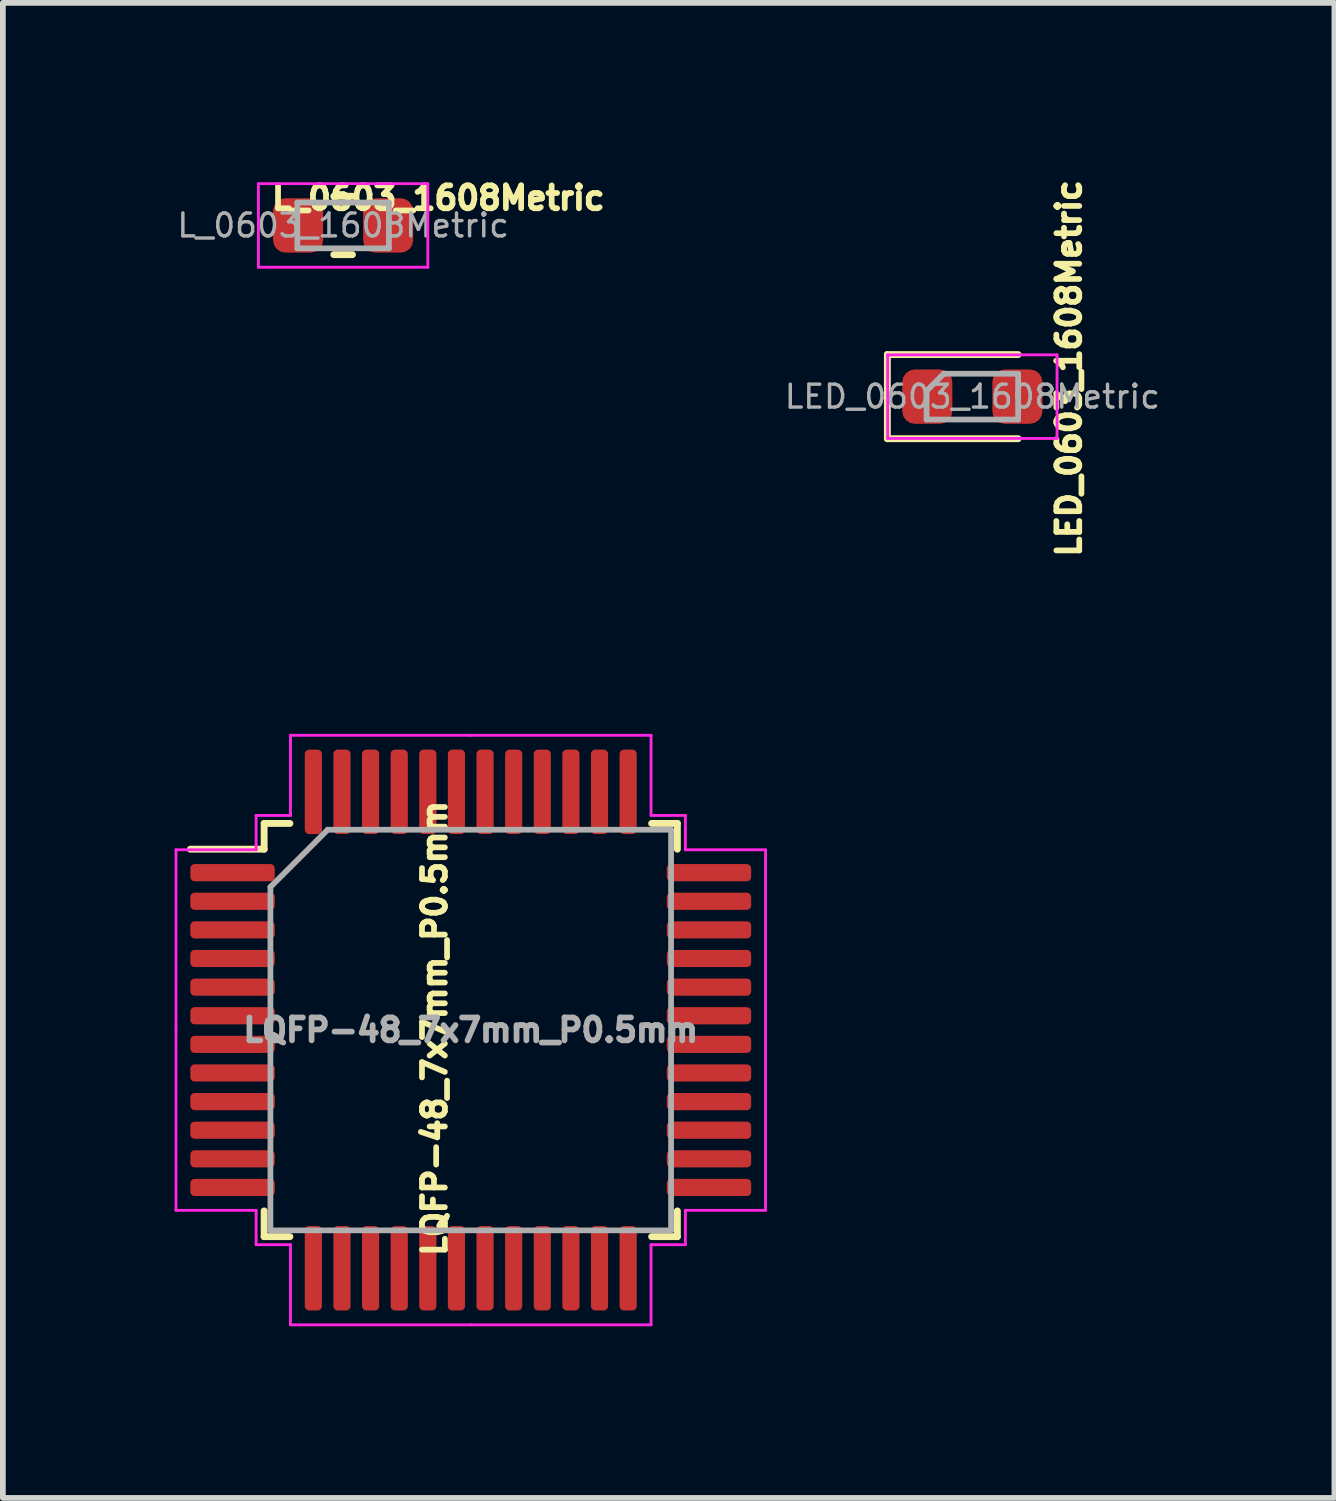
<source format=kicad_pcb>
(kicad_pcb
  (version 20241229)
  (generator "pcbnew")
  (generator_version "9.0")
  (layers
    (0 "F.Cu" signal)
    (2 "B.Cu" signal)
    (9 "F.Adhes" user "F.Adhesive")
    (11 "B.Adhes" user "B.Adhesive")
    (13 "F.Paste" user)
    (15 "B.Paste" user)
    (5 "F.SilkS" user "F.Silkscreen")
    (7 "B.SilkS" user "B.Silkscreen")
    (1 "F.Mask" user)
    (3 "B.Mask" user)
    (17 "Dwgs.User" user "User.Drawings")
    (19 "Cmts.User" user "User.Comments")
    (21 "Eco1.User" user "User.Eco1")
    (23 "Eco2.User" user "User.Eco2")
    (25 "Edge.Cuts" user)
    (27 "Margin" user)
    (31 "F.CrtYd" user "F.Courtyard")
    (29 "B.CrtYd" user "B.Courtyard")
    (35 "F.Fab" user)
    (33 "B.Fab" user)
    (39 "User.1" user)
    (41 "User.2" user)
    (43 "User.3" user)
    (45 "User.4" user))
  (footprint "L_0603_1608Metric"
    (layer "F.Cu")
    (at 2.945 0.889)
    (property "Reference" "L_0603_1608Metric" (at 1.663 -0.48 180) (layer "F.SilkS") (effects (font (size 0.4 0.4) (thickness 0.15))))
    (attr smd)
    (fp_line (start -0.163 -0.51) (end 0.163 -0.51) (stroke (width 0.12) (type solid)) (layer "F.SilkS"))
    (fp_line (start -0.163 0.51) (end 0.163 0.51) (stroke (width 0.12) (type solid)) (layer "F.SilkS"))
    (fp_line (start -1.48 -0.73) (end 1.48 -0.73) (stroke (width 0.05) (type solid)) (layer "F.CrtYd"))
    (fp_line (start -1.48 0.73) (end -1.48 -0.73) (stroke (width 0.05) (type solid)) (layer "F.CrtYd"))
    (fp_line (start 1.48 -0.73) (end 1.48 0.73) (stroke (width 0.05) (type solid)) (layer "F.CrtYd"))
    (fp_line (start 1.48 0.73) (end -1.48 0.73) (stroke (width 0.05) (type solid)) (layer "F.CrtYd"))
    (fp_line (start -0.8 -0.4) (end 0.8 -0.4) (stroke (width 0.1) (type solid)) (layer "F.Fab"))
    (fp_line (start -0.8 0.4) (end -0.8 -0.4) (stroke (width 0.1) (type solid)) (layer "F.Fab"))
    (fp_line (start 0.8 -0.4) (end 0.8 0.4) (stroke (width 0.1) (type solid)) (layer "F.Fab"))
    (fp_line (start 0.8 0.4) (end -0.8 0.4) (stroke (width 0.1) (type solid)) (layer "F.Fab"))
    (fp_text user "${REFERENCE}" (at 0 0 180) (layer "F.Fab") (effects (font (size 0.4 0.4) (thickness 0.06))))
    (pad "1" smd roundrect (at -0.787 0) (size 0.875 0.95) (layers "F.Cu" "F.Mask" "F.Paste") (roundrect_rratio 0.25))
    (pad "2" smd roundrect (at 0.787 0) (size 0.875 0.95) (layers "F.Cu" "F.Mask" "F.Paste") (roundrect_rratio 0.25)))
  (footprint "LED_0603_1608Metric"
    (layer "F.Cu")
    (at 13.939 3.88)
    (property "Reference" "LED_0603_1608Metric" (at 1.688 -0.494 90) (layer "F.SilkS") (effects (font (size 0.4 0.4) (thickness 0.15))))
    (attr smd)
    (fp_line (start -1.485 -0.735) (end -1.485 0.735) (stroke (width 0.12) (type solid)) (layer "F.SilkS"))
    (fp_line (start -1.485 0.735) (end 0.8 0.735) (stroke (width 0.12) (type solid)) (layer "F.SilkS"))
    (fp_line (start 0.8 -0.735) (end -1.485 -0.735) (stroke (width 0.12) (type solid)) (layer "F.SilkS"))
    (fp_line (start -1.48 -0.73) (end 1.48 -0.73) (stroke (width 0.05) (type solid)) (layer "F.CrtYd"))
    (fp_line (start -1.48 0.73) (end -1.48 -0.73) (stroke (width 0.05) (type solid)) (layer "F.CrtYd"))
    (fp_line (start 1.48 -0.73) (end 1.48 0.73) (stroke (width 0.05) (type solid)) (layer "F.CrtYd"))
    (fp_line (start 1.48 0.73) (end -1.48 0.73) (stroke (width 0.05) (type solid)) (layer "F.CrtYd"))
    (fp_line (start -0.8 -0.1) (end -0.8 0.4) (stroke (width 0.1) (type solid)) (layer "F.Fab"))
    (fp_line (start -0.8 0.4) (end 0.8 0.4) (stroke (width 0.1) (type solid)) (layer "F.Fab"))
    (fp_line (start -0.5 -0.4) (end -0.8 -0.1) (stroke (width 0.1) (type solid)) (layer "F.Fab"))
    (fp_line (start 0.8 -0.4) (end -0.5 -0.4) (stroke (width 0.1) (type solid)) (layer "F.Fab"))
    (fp_line (start 0.8 0.4) (end 0.8 -0.4) (stroke (width 0.1) (type solid)) (layer "F.Fab"))
    (fp_text user "${REFERENCE}" (at 0 0 0) (layer "F.Fab") (effects (font (size 0.4 0.4) (thickness 0.06))))
    (pad "1" smd roundrect (at -0.787 0) (size 0.875 0.95) (layers "F.Cu" "F.Mask" "F.Paste") (roundrect_rratio 0.25))
    (pad "2" smd roundrect (at 0.787 0) (size 0.875 0.95) (layers "F.Cu" "F.Mask" "F.Paste") (roundrect_rratio 0.25)))
  (footprint "LQFP-48_7x7mm_P0.5mm"
    (layer "F.Cu")
    (at 5.175 14.947)
    (property "Reference" "LQFP-48_7x7mm_P0.5mm" (at -0.632 -0.03 270) (layer "F.SilkS") (effects (font (size 0.4 0.4) (thickness 0.15))))
    (attr smd)
    (fp_line (start -3.61 -3.61) (end -3.61 -3.16) (stroke (width 0.12) (type solid)) (layer "F.SilkS"))
    (fp_line (start -3.61 -3.16) (end -4.9 -3.16) (stroke (width 0.12) (type solid)) (layer "F.SilkS"))
    (fp_line (start -3.61 3.61) (end -3.61 3.16) (stroke (width 0.12) (type solid)) (layer "F.SilkS"))
    (fp_line (start -3.16 -3.61) (end -3.61 -3.61) (stroke (width 0.12) (type solid)) (layer "F.SilkS"))
    (fp_line (start -3.16 3.61) (end -3.61 3.61) (stroke (width 0.12) (type solid)) (layer "F.SilkS"))
    (fp_line (start 3.16 -3.61) (end 3.61 -3.61) (stroke (width 0.12) (type solid)) (layer "F.SilkS"))
    (fp_line (start 3.16 3.61) (end 3.61 3.61) (stroke (width 0.12) (type solid)) (layer "F.SilkS"))
    (fp_line (start 3.61 -3.61) (end 3.61 -3.16) (stroke (width 0.12) (type solid)) (layer "F.SilkS"))
    (fp_line (start 3.61 3.61) (end 3.61 3.16) (stroke (width 0.12) (type solid)) (layer "F.SilkS"))
    (fp_line (start -5.15 -3.15) (end -5.15 0) (stroke (width 0.05) (type solid)) (layer "F.CrtYd"))
    (fp_line (start -5.15 3.15) (end -5.15 0) (stroke (width 0.05) (type solid)) (layer "F.CrtYd"))
    (fp_line (start -3.75 -3.75) (end -3.75 -3.15) (stroke (width 0.05) (type solid)) (layer "F.CrtYd"))
    (fp_line (start -3.75 -3.15) (end -5.15 -3.15) (stroke (width 0.05) (type solid)) (layer "F.CrtYd"))
    (fp_line (start -3.75 3.15) (end -5.15 3.15) (stroke (width 0.05) (type solid)) (layer "F.CrtYd"))
    (fp_line (start -3.75 3.75) (end -3.75 3.15) (stroke (width 0.05) (type solid)) (layer "F.CrtYd"))
    (fp_line (start -3.15 -5.15) (end -3.15 -3.75) (stroke (width 0.05) (type solid)) (layer "F.CrtYd"))
    (fp_line (start -3.15 -3.75) (end -3.75 -3.75) (stroke (width 0.05) (type solid)) (layer "F.CrtYd"))
    (fp_line (start -3.15 3.75) (end -3.75 3.75) (stroke (width 0.05) (type solid)) (layer "F.CrtYd"))
    (fp_line (start -3.15 5.15) (end -3.15 3.75) (stroke (width 0.05) (type solid)) (layer "F.CrtYd"))
    (fp_line (start 0 -5.15) (end -3.15 -5.15) (stroke (width 0.05) (type solid)) (layer "F.CrtYd"))
    (fp_line (start 0 -5.15) (end 3.15 -5.15) (stroke (width 0.05) (type solid)) (layer "F.CrtYd"))
    (fp_line (start 0 5.15) (end -3.15 5.15) (stroke (width 0.05) (type solid)) (layer "F.CrtYd"))
    (fp_line (start 0 5.15) (end 3.15 5.15) (stroke (width 0.05) (type solid)) (layer "F.CrtYd"))
    (fp_line (start 3.15 -5.15) (end 3.15 -3.75) (stroke (width 0.05) (type solid)) (layer "F.CrtYd"))
    (fp_line (start 3.15 -3.75) (end 3.75 -3.75) (stroke (width 0.05) (type solid)) (layer "F.CrtYd"))
    (fp_line (start 3.15 3.75) (end 3.75 3.75) (stroke (width 0.05) (type solid)) (layer "F.CrtYd"))
    (fp_line (start 3.15 5.15) (end 3.15 3.75) (stroke (width 0.05) (type solid)) (layer "F.CrtYd"))
    (fp_line (start 3.75 -3.75) (end 3.75 -3.15) (stroke (width 0.05) (type solid)) (layer "F.CrtYd"))
    (fp_line (start 3.75 -3.15) (end 5.15 -3.15) (stroke (width 0.05) (type solid)) (layer "F.CrtYd"))
    (fp_line (start 3.75 3.15) (end 5.15 3.15) (stroke (width 0.05) (type solid)) (layer "F.CrtYd"))
    (fp_line (start 3.75 3.75) (end 3.75 3.15) (stroke (width 0.05) (type solid)) (layer "F.CrtYd"))
    (fp_line (start 5.15 -3.15) (end 5.15 0) (stroke (width 0.05) (type solid)) (layer "F.CrtYd"))
    (fp_line (start 5.15 3.15) (end 5.15 0) (stroke (width 0.05) (type solid)) (layer "F.CrtYd"))
    (fp_line (start -3.5 -2.5) (end -2.5 -3.5) (stroke (width 0.1) (type solid)) (layer "F.Fab"))
    (fp_line (start -3.5 3.5) (end -3.5 -2.5) (stroke (width 0.1) (type solid)) (layer "F.Fab"))
    (fp_line (start -2.5 -3.5) (end 3.5 -3.5) (stroke (width 0.1) (type solid)) (layer "F.Fab"))
    (fp_line (start 3.5 -3.5) (end 3.5 3.5) (stroke (width 0.1) (type solid)) (layer "F.Fab"))
    (fp_line (start 3.5 3.5) (end -3.5 3.5) (stroke (width 0.1) (type solid)) (layer "F.Fab"))
    (fp_text user "${REFERENCE}" (at 0 0 0) (layer "F.Fab") (effects (font (size 0.4 0.4) (thickness 0.15))))
    (pad "1" smd roundrect (at -4.162 -2.75) (size 1.475 0.3) (layers "F.Cu" "F.Mask" "F.Paste") (roundrect_rratio 0.25))
    (pad "2" smd roundrect (at -4.162 -2.25) (size 1.475 0.3) (layers "F.Cu" "F.Mask" "F.Paste") (roundrect_rratio 0.25))
    (pad "3" smd roundrect (at -4.162 -1.75) (size 1.475 0.3) (layers "F.Cu" "F.Mask" "F.Paste") (roundrect_rratio 0.25))
    (pad "4" smd roundrect (at -4.162 -1.25) (size 1.475 0.3) (layers "F.Cu" "F.Mask" "F.Paste") (roundrect_rratio 0.25))
    (pad "5" smd roundrect (at -4.162 -0.75) (size 1.475 0.3) (layers "F.Cu" "F.Mask" "F.Paste") (roundrect_rratio 0.25))
    (pad "6" smd roundrect (at -4.162 -0.25) (size 1.475 0.3) (layers "F.Cu" "F.Mask" "F.Paste") (roundrect_rratio 0.25))
    (pad "7" smd roundrect (at -4.162 0.25) (size 1.475 0.3) (layers "F.Cu" "F.Mask" "F.Paste") (roundrect_rratio 0.25))
    (pad "8" smd roundrect (at -4.162 0.75) (size 1.475 0.3) (layers "F.Cu" "F.Mask" "F.Paste") (roundrect_rratio 0.25))
    (pad "9" smd roundrect (at -4.162 1.25) (size 1.475 0.3) (layers "F.Cu" "F.Mask" "F.Paste") (roundrect_rratio 0.25))
    (pad "10" smd roundrect (at -4.162 1.75) (size 1.475 0.3) (layers "F.Cu" "F.Mask" "F.Paste") (roundrect_rratio 0.25))
    (pad "11" smd roundrect (at -4.162 2.25) (size 1.475 0.3) (layers "F.Cu" "F.Mask" "F.Paste") (roundrect_rratio 0.25))
    (pad "12" smd roundrect (at -4.162 2.75) (size 1.475 0.3) (layers "F.Cu" "F.Mask" "F.Paste") (roundrect_rratio 0.25))
    (pad "13" smd roundrect (at -2.75 4.162) (size 0.3 1.475) (layers "F.Cu" "F.Mask" "F.Paste") (roundrect_rratio 0.25))
    (pad "14" smd roundrect (at -2.25 4.162) (size 0.3 1.475) (layers "F.Cu" "F.Mask" "F.Paste") (roundrect_rratio 0.25))
    (pad "15" smd roundrect (at -1.75 4.162) (size 0.3 1.475) (layers "F.Cu" "F.Mask" "F.Paste") (roundrect_rratio 0.25))
    (pad "16" smd roundrect (at -1.25 4.162) (size 0.3 1.475) (layers "F.Cu" "F.Mask" "F.Paste") (roundrect_rratio 0.25))
    (pad "17" smd roundrect (at -0.75 4.162) (size 0.3 1.475) (layers "F.Cu" "F.Mask" "F.Paste") (roundrect_rratio 0.25))
    (pad "18" smd roundrect (at -0.25 4.162) (size 0.3 1.475) (layers "F.Cu" "F.Mask" "F.Paste") (roundrect_rratio 0.25))
    (pad "19" smd roundrect (at 0.25 4.162) (size 0.3 1.475) (layers "F.Cu" "F.Mask" "F.Paste") (roundrect_rratio 0.25))
    (pad "20" smd roundrect (at 0.75 4.162) (size 0.3 1.475) (layers "F.Cu" "F.Mask" "F.Paste") (roundrect_rratio 0.25))
    (pad "21" smd roundrect (at 1.25 4.162) (size 0.3 1.475) (layers "F.Cu" "F.Mask" "F.Paste") (roundrect_rratio 0.25))
    (pad "22" smd roundrect (at 1.75 4.162) (size 0.3 1.475) (layers "F.Cu" "F.Mask" "F.Paste") (roundrect_rratio 0.25))
    (pad "23" smd roundrect (at 2.25 4.162) (size 0.3 1.475) (layers "F.Cu" "F.Mask" "F.Paste") (roundrect_rratio 0.25))
    (pad "24" smd roundrect (at 2.75 4.162) (size 0.3 1.475) (layers "F.Cu" "F.Mask" "F.Paste") (roundrect_rratio 0.25))
    (pad "25" smd roundrect (at 4.162 2.75) (size 1.475 0.3) (layers "F.Cu" "F.Mask" "F.Paste") (roundrect_rratio 0.25))
    (pad "26" smd roundrect (at 4.162 2.25) (size 1.475 0.3) (layers "F.Cu" "F.Mask" "F.Paste") (roundrect_rratio 0.25))
    (pad "27" smd roundrect (at 4.162 1.75) (size 1.475 0.3) (layers "F.Cu" "F.Mask" "F.Paste") (roundrect_rratio 0.25))
    (pad "28" smd roundrect (at 4.162 1.25) (size 1.475 0.3) (layers "F.Cu" "F.Mask" "F.Paste") (roundrect_rratio 0.25))
    (pad "29" smd roundrect (at 4.162 0.75) (size 1.475 0.3) (layers "F.Cu" "F.Mask" "F.Paste") (roundrect_rratio 0.25))
    (pad "30" smd roundrect (at 4.162 0.25) (size 1.475 0.3) (layers "F.Cu" "F.Mask" "F.Paste") (roundrect_rratio 0.25))
    (pad "31" smd roundrect (at 4.162 -0.25) (size 1.475 0.3) (layers "F.Cu" "F.Mask" "F.Paste") (roundrect_rratio 0.25))
    (pad "32" smd roundrect (at 4.162 -0.75) (size 1.475 0.3) (layers "F.Cu" "F.Mask" "F.Paste") (roundrect_rratio 0.25))
    (pad "33" smd roundrect (at 4.162 -1.25) (size 1.475 0.3) (layers "F.Cu" "F.Mask" "F.Paste") (roundrect_rratio 0.25))
    (pad "34" smd roundrect (at 4.162 -1.75) (size 1.475 0.3) (layers "F.Cu" "F.Mask" "F.Paste") (roundrect_rratio 0.25))
    (pad "35" smd roundrect (at 4.162 -2.25) (size 1.475 0.3) (layers "F.Cu" "F.Mask" "F.Paste") (roundrect_rratio 0.25))
    (pad "36" smd roundrect (at 4.162 -2.75) (size 1.475 0.3) (layers "F.Cu" "F.Mask" "F.Paste") (roundrect_rratio 0.25))
    (pad "37" smd roundrect (at 2.75 -4.162) (size 0.3 1.475) (layers "F.Cu" "F.Mask" "F.Paste") (roundrect_rratio 0.25))
    (pad "38" smd roundrect (at 2.25 -4.162) (size 0.3 1.475) (layers "F.Cu" "F.Mask" "F.Paste") (roundrect_rratio 0.25))
    (pad "39" smd roundrect (at 1.75 -4.162) (size 0.3 1.475) (layers "F.Cu" "F.Mask" "F.Paste") (roundrect_rratio 0.25))
    (pad "40" smd roundrect (at 1.25 -4.162) (size 0.3 1.475) (layers "F.Cu" "F.Mask" "F.Paste") (roundrect_rratio 0.25))
    (pad "41" smd roundrect (at 0.75 -4.162) (size 0.3 1.475) (layers "F.Cu" "F.Mask" "F.Paste") (roundrect_rratio 0.25))
    (pad "42" smd roundrect (at 0.25 -4.162) (size 0.3 1.475) (layers "F.Cu" "F.Mask" "F.Paste") (roundrect_rratio 0.25))
    (pad "43" smd roundrect (at -0.25 -4.162) (size 0.3 1.475) (layers "F.Cu" "F.Mask" "F.Paste") (roundrect_rratio 0.25))
    (pad "44" smd roundrect (at -0.75 -4.162) (size 0.3 1.475) (layers "F.Cu" "F.Mask" "F.Paste") (roundrect_rratio 0.25))
    (pad "45" smd roundrect (at -1.25 -4.162) (size 0.3 1.475) (layers "F.Cu" "F.Mask" "F.Paste") (roundrect_rratio 0.25))
    (pad "46" smd roundrect (at -1.75 -4.162) (size 0.3 1.475) (layers "F.Cu" "F.Mask" "F.Paste") (roundrect_rratio 0.25))
    (pad "47" smd roundrect (at -2.25 -4.162) (size 0.3 1.475) (layers "F.Cu" "F.Mask" "F.Paste") (roundrect_rratio 0.25))
    (pad "48" smd roundrect (at -2.75 -4.162) (size 0.3 1.475) (layers "F.Cu" "F.Mask" "F.Paste") (roundrect_rratio 0.25)))
  (gr_rect
    (start -3 -3)
    (end 20.265 23.122)
    (stroke (width 0.1) (type default))
    (fill no)
    (layer "Edge.Cuts")))
</source>
